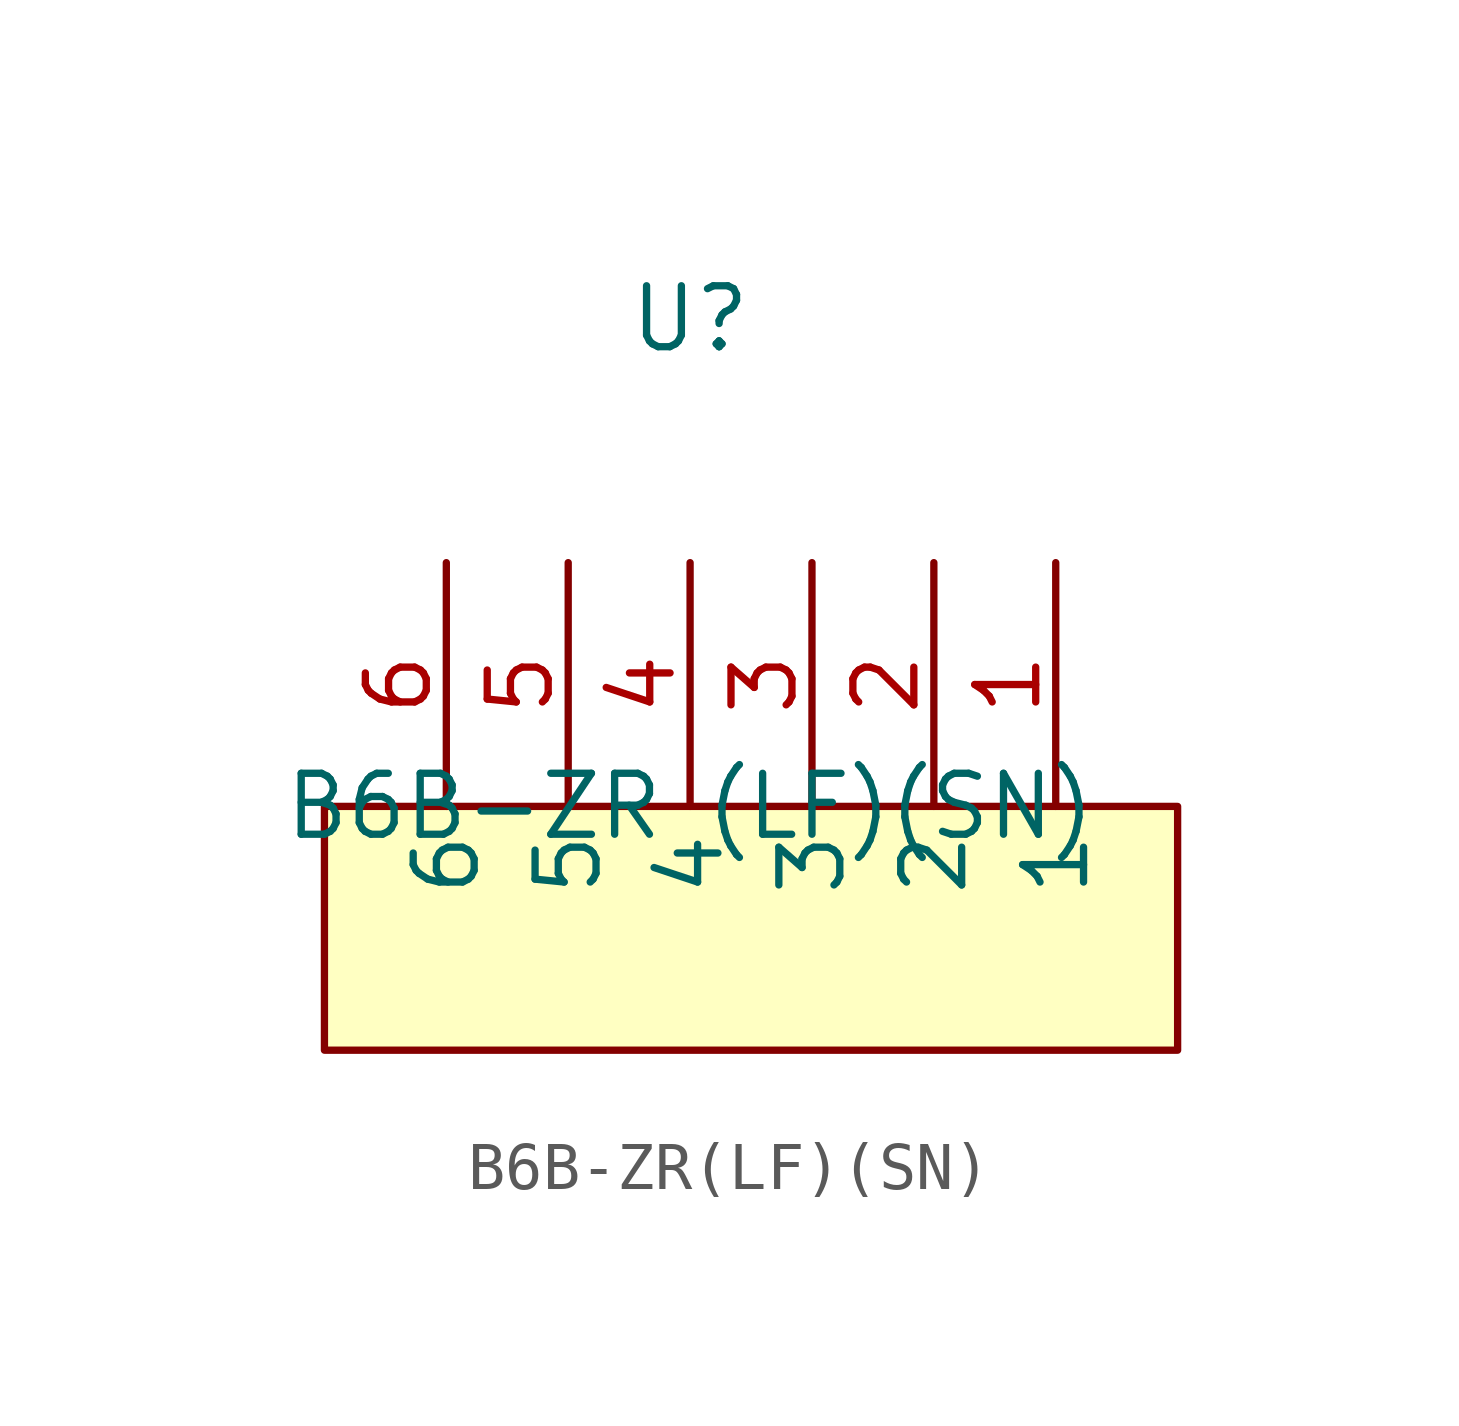
<source format=kicad_sym>
(kicad_symbol_lib
  (version 20220914)
  (generator kicad_symbol_editor)
  (symbol "B6B-ZR(LF)(SN)"
    (property "Reference" "U"
      (at 0 10.16 0)
      (effects (font (size 1.27 1.27))))
    (property "Value" "B6B-ZR (LF)(SN)"
      (at 0 0 0)
      (effects (font (size 1.27 1.27))))
    (symbol "B6B-ZR(LF)(SN)_0_1"
      (rectangle (start -7.62 0) (end 10.16 -5.08) (stroke (width 0) (type default)) (fill (type background))))
    (symbol "B6B-ZR(LF)(SN)_1_1"
      (pin passive line (at 7.62 5.08 270) (length 5.08) (name "1" (effects (font (size 1.27 1.27)))) (number "1" (effects (font (size 1.27 1.27)))))
      (pin passive line (at 5.08 5.08 270) (length 5.08) (name "2" (effects (font (size 1.27 1.27)))) (number "2" (effects (font (size 1.27 1.27)))))
      (pin passive line (at 2.54 5.08 270) (length 5.08) (name "3" (effects (font (size 1.27 1.27)))) (number "3" (effects (font (size 1.27 1.27)))))
      (pin passive line (at 0 5.08 270) (length 5.08) (name "4" (effects (font (size 1.27 1.27)))) (number "4" (effects (font (size 1.27 1.27)))))
      (pin passive line (at -2.54 5.08 270) (length 5.08) (name "5" (effects (font (size 1.27 1.27)))) (number "5" (effects (font (size 1.27 1.27)))))
      (pin passive line (at -5.08 5.08 270) (length 5.08) (name "6" (effects (font (size 1.27 1.27)))) (number "6" (effects (font (size 1.27 1.27))))))))
</source>
